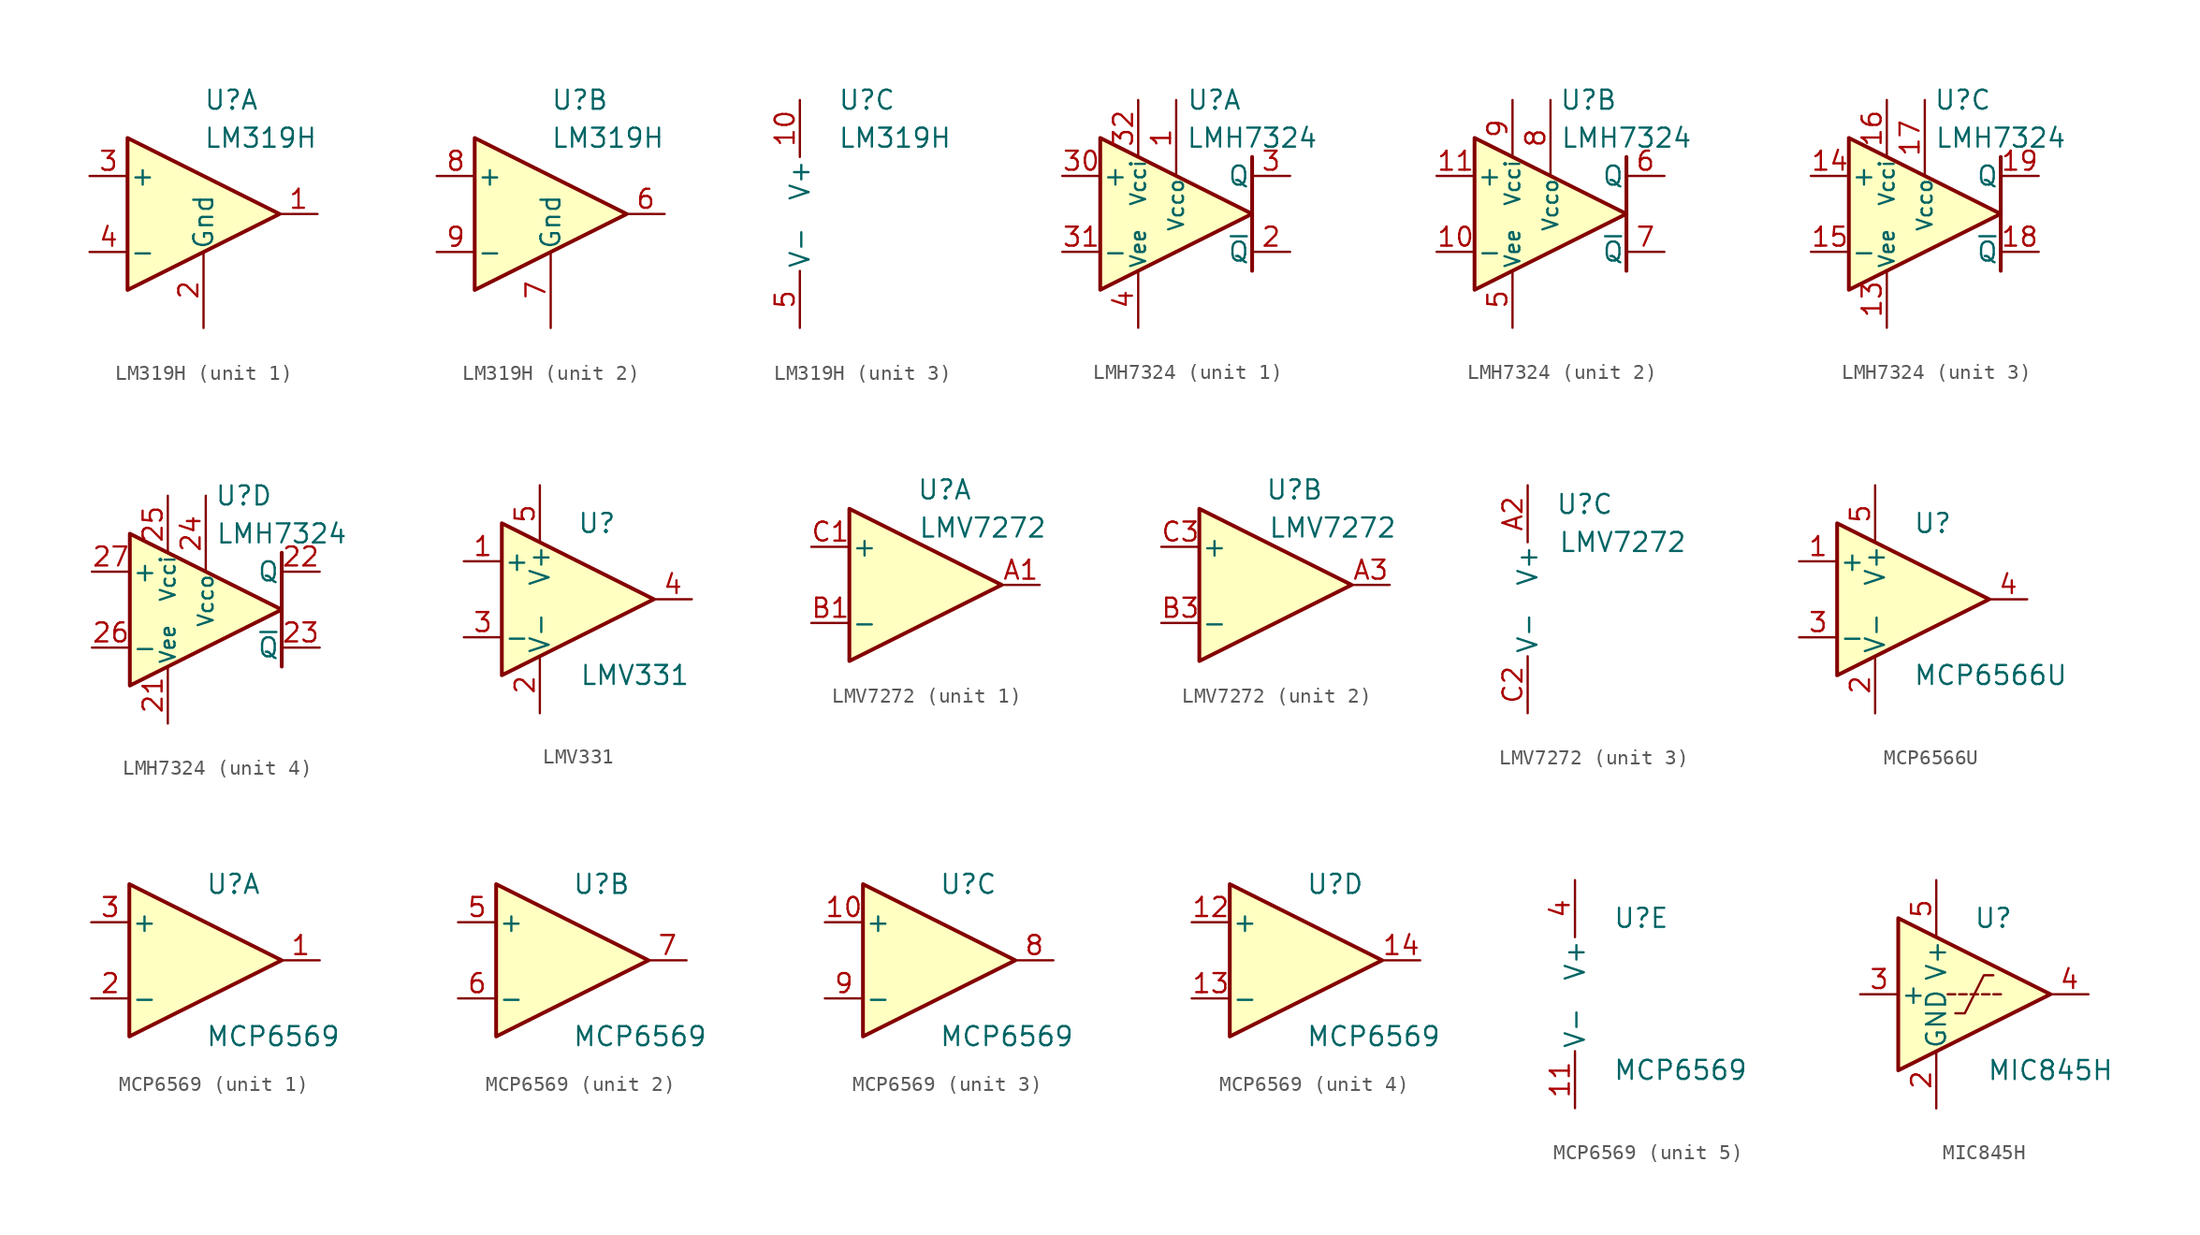
<source format=kicad_sym>
(kicad_symbol_lib
  (version 20201005)
  (generator kicad_symbol_editor)
  (symbol "LM319H"
    (pin_names
      (offset 0.127))
    (property "Reference" "U"
      (at 0 7.62 0)
      (effects (font (size 1.27 1.27)) (justify left)))
    (property "Value" "LM319H"
      (at 0 5.08 0)
      (effects (font (size 1.27 1.27)) (justify left)))
    (property "ki_locked" ""
      (at 0 0 0)
      (effects (font (size 1.27 1.27))))
    (symbol "LM319H_1_1"
      (polyline (pts (xy 5.08 0) (xy -5.08 5.08) (xy -5.08 -5.08) (xy 5.08 0)) (stroke (width 0.254)) (fill (type background)))
      (pin open_collector line (at 7.62 0 180) (length 2.54) (name "~" (effects (font (size 1.27 1.27)))) (number "1" (effects (font (size 1.27 1.27)))))
      (pin open_emitter line (at 0 -7.62 90) (length 5.08) (name "Gnd" (effects (font (size 1.27 1.27)))) (number "2" (effects (font (size 1.27 1.27)))))
      (pin input line (at -7.62 2.54 0) (length 2.54) (name "+" (effects (font (size 1.27 1.27)))) (number "3" (effects (font (size 1.27 1.27)))))
      (pin input line (at -7.62 -2.54 0) (length 2.54) (name "-" (effects (font (size 1.27 1.27)))) (number "4" (effects (font (size 1.27 1.27))))))
    (symbol "LM319H_2_1"
      (polyline (pts (xy 5.08 0) (xy -5.08 5.08) (xy -5.08 -5.08) (xy 5.08 0)) (stroke (width 0.254)) (fill (type background)))
      (pin open_collector line (at 7.62 0 180) (length 2.54) (name "~" (effects (font (size 1.27 1.27)))) (number "6" (effects (font (size 1.27 1.27)))))
      (pin open_emitter line (at 0 -7.62 90) (length 5.08) (name "Gnd" (effects (font (size 1.27 1.27)))) (number "7" (effects (font (size 1.27 1.27)))))
      (pin input line (at -7.62 2.54 0) (length 2.54) (name "+" (effects (font (size 1.27 1.27)))) (number "8" (effects (font (size 1.27 1.27)))))
      (pin input line (at -7.62 -2.54 0) (length 2.54) (name "-" (effects (font (size 1.27 1.27)))) (number "9" (effects (font (size 1.27 1.27))))))
    (symbol "LM319H_3_1"
      (pin power_in line (at -2.54 7.62 270) (length 3.81) (name "V+" (effects (font (size 1.27 1.27)))) (number "10" (effects (font (size 1.27 1.27)))))
      (pin power_in line (at -2.54 -7.62 90) (length 3.81) (name "V-" (effects (font (size 1.27 1.27)))) (number "5" (effects (font (size 1.27 1.27)))))))
  (symbol "LMH7324"
    (pin_names
      (offset 0.127))
    (property "Reference" "U"
      (at 2.54 7.62 0)
      (effects (font (size 1.27 1.27))))
    (property "Value" "LMH7324"
      (at 5.08 5.08 0)
      (effects (font (size 1.27 1.27))))
    (symbol "LMH7324_0_1"
      (polyline (pts (xy 5.08 3.81) (xy 5.08 -3.81)) (stroke (width 0.254)) (fill (type none)))
      (polyline (pts (xy -5.08 5.08) (xy 5.08 0) (xy -5.08 -5.08) (xy -5.08 5.08)) (stroke (width 0.254)) (fill (type background))))
    (symbol "LMH7324_1_1"
      (pin power_in line (at 0 7.62 270) (length 5.08) (name "Vcco" (effects (font (size 0.991 0.991)))) (number "1" (effects (font (size 1.27 1.27)))))
      (pin output line (at 7.62 -2.54 180) (length 2.54) (name "~Q" (effects (font (size 1.27 1.27)))) (number "2" (effects (font (size 1.27 1.27)))))
      (pin passive line (at -2.54 -7.62 90) (length 3.81) hide (name "Vee" (effects (font (size 0.991 0.991)))) (number "29" (effects (font (size 1.27 1.27)))))
      (pin output line (at 7.62 2.54 180) (length 2.54) (name "Q" (effects (font (size 1.27 1.27)))) (number "3" (effects (font (size 1.27 1.27)))))
      (pin input line (at -7.62 2.54 0) (length 2.54) (name "+" (effects (font (size 1.27 1.27)))) (number "30" (effects (font (size 1.27 1.27)))))
      (pin input line (at -7.62 -2.54 0) (length 2.54) (name "-" (effects (font (size 1.27 1.27)))) (number "31" (effects (font (size 1.27 1.27)))))
      (pin power_in line (at -2.54 7.62 270) (length 3.81) (name "Vcci" (effects (font (size 0.991 0.991)))) (number "32" (effects (font (size 1.27 1.27)))))
      (pin power_in line (at -2.54 -7.62 90) (length 3.81) (name "Vee" (effects (font (size 0.991 0.991)))) (number "4" (effects (font (size 1.27 1.27))))))
    (symbol "LMH7324_2_1"
      (pin input line (at -7.62 -2.54 0) (length 2.54) (name "-" (effects (font (size 1.27 1.27)))) (number "10" (effects (font (size 1.27 1.27)))))
      (pin input line (at -7.62 2.54 0) (length 2.54) (name "+" (effects (font (size 1.27 1.27)))) (number "11" (effects (font (size 1.27 1.27)))))
      (pin passive line (at -2.54 -7.62 90) (length 3.81) hide (name "Vee" (effects (font (size 0.991 0.991)))) (number "12" (effects (font (size 1.27 1.27)))))
      (pin power_in line (at -2.54 -7.62 90) (length 3.81) (name "Vee" (effects (font (size 0.991 0.991)))) (number "5" (effects (font (size 1.27 1.27)))))
      (pin output line (at 7.62 2.54 180) (length 2.54) (name "Q" (effects (font (size 1.27 1.27)))) (number "6" (effects (font (size 1.27 1.27)))))
      (pin output line (at 7.62 -2.54 180) (length 2.54) (name "~Q" (effects (font (size 1.27 1.27)))) (number "7" (effects (font (size 1.27 1.27)))))
      (pin power_in line (at 0 7.62 270) (length 5.08) (name "Vcco" (effects (font (size 0.991 0.991)))) (number "8" (effects (font (size 1.27 1.27)))))
      (pin power_in line (at -2.54 7.62 270) (length 3.81) (name "Vcci" (effects (font (size 0.991 0.991)))) (number "9" (effects (font (size 1.27 1.27))))))
    (symbol "LMH7324_3_1"
      (pin power_in line (at -2.54 -7.62 90) (length 3.81) (name "Vee" (effects (font (size 0.991 0.991)))) (number "13" (effects (font (size 1.27 1.27)))))
      (pin input line (at -7.62 2.54 0) (length 2.54) (name "+" (effects (font (size 1.27 1.27)))) (number "14" (effects (font (size 1.27 1.27)))))
      (pin input line (at -7.62 -2.54 0) (length 2.54) (name "-" (effects (font (size 1.27 1.27)))) (number "15" (effects (font (size 1.27 1.27)))))
      (pin power_in line (at -2.54 7.62 270) (length 3.81) (name "Vcci" (effects (font (size 0.991 0.991)))) (number "16" (effects (font (size 1.27 1.27)))))
      (pin power_in line (at 0 7.62 270) (length 5.08) (name "Vcco" (effects (font (size 0.991 0.991)))) (number "17" (effects (font (size 1.27 1.27)))))
      (pin output line (at 7.62 -2.54 180) (length 2.54) (name "~Q" (effects (font (size 1.27 1.27)))) (number "18" (effects (font (size 1.27 1.27)))))
      (pin output line (at 7.62 2.54 180) (length 2.54) (name "Q" (effects (font (size 1.27 1.27)))) (number "19" (effects (font (size 1.27 1.27)))))
      (pin passive line (at -2.54 -7.62 90) (length 3.81) hide (name "Vee" (effects (font (size 0.991 0.991)))) (number "20" (effects (font (size 1.27 1.27))))))
    (symbol "LMH7324_4_1"
      (pin power_in line (at -2.54 -7.62 90) (length 3.81) (name "Vee" (effects (font (size 0.991 0.991)))) (number "21" (effects (font (size 1.27 1.27)))))
      (pin output line (at 7.62 2.54 180) (length 2.54) (name "Q" (effects (font (size 1.27 1.27)))) (number "22" (effects (font (size 1.27 1.27)))))
      (pin output line (at 7.62 -2.54 180) (length 2.54) (name "~Q" (effects (font (size 1.27 1.27)))) (number "23" (effects (font (size 1.27 1.27)))))
      (pin power_in line (at 0 7.62 270) (length 5.08) (name "Vcco" (effects (font (size 0.991 0.991)))) (number "24" (effects (font (size 1.27 1.27)))))
      (pin power_in line (at -2.54 7.62 270) (length 3.81) (name "Vcci" (effects (font (size 0.991 0.991)))) (number "25" (effects (font (size 1.27 1.27)))))
      (pin input line (at -7.62 -2.54 0) (length 2.54) (name "-" (effects (font (size 1.27 1.27)))) (number "26" (effects (font (size 1.27 1.27)))))
      (pin input line (at -7.62 2.54 0) (length 2.54) (name "+" (effects (font (size 1.27 1.27)))) (number "27" (effects (font (size 1.27 1.27)))))
      (pin passive line (at -2.54 -7.62 90) (length 3.81) hide (name "Vee" (effects (font (size 0.991 0.991)))) (number "28" (effects (font (size 1.27 1.27)))))))
  (symbol "LMV331"
    (pin_names
      (offset 0.127))
    (property "Reference" "U"
      (at 1.27 5.08 0)
      (effects (font (size 1.27 1.27))))
    (property "Value" "LMV331"
      (at 3.81 -5.08 0)
      (effects (font (size 1.27 1.27))))
    (symbol "LMV331_0_1"
      (polyline (pts (xy -5.08 5.08) (xy 5.08 0) (xy -5.08 -5.08) (xy -5.08 5.08)) (stroke (width 0.254)) (fill (type background))))
    (symbol "LMV331_1_1"
      (pin input line (at -7.62 2.54 0) (length 2.54) (name "+" (effects (font (size 1.27 1.27)))) (number "1" (effects (font (size 1.27 1.27)))))
      (pin input line (at -2.54 -7.62 90) (length 3.81) (name "V-" (effects (font (size 1.27 1.27)))) (number "2" (effects (font (size 1.27 1.27)))))
      (pin input line (at -7.62 -2.54 0) (length 2.54) (name "-" (effects (font (size 1.27 1.27)))) (number "3" (effects (font (size 1.27 1.27)))))
      (pin output line (at 7.62 0 180) (length 2.54) (name "~" (effects (font (size 1.27 1.27)))) (number "4" (effects (font (size 1.27 1.27)))))
      (pin input line (at -2.54 7.62 270) (length 3.81) (name "V+" (effects (font (size 1.27 1.27)))) (number "5" (effects (font (size 1.27 1.27)))))))
  (symbol "LMV7272"
    (pin_names
      (offset 0.127))
    (property "Reference" "U"
      (at 1.27 6.35 0)
      (effects (font (size 1.27 1.27))))
    (property "Value" "LMV7272"
      (at 3.81 3.81 0)
      (effects (font (size 1.27 1.27))))
    (property "ki_locked" ""
      (at 0 0 0)
      (effects (font (size 1.27 1.27))))
    (symbol "LMV7272_1_1"
      (polyline (pts (xy -5.08 5.08) (xy 5.08 0) (xy -5.08 -5.08) (xy -5.08 5.08)) (stroke (width 0.254)) (fill (type background)))
      (pin open_collector line (at 7.62 0 180) (length 2.54) (name "~" (effects (font (size 1.27 1.27)))) (number "A1" (effects (font (size 1.27 1.27)))))
      (pin input line (at -7.62 -2.54 0) (length 2.54) (name "-" (effects (font (size 1.27 1.27)))) (number "B1" (effects (font (size 1.27 1.27)))))
      (pin input line (at -7.62 2.54 0) (length 2.54) (name "+" (effects (font (size 1.27 1.27)))) (number "C1" (effects (font (size 1.27 1.27))))))
    (symbol "LMV7272_2_1"
      (polyline (pts (xy -5.08 2.54) (xy -5.08 5.08) (xy 5.08 0) (xy -5.08 -5.08) (xy -5.08 2.54)) (stroke (width 0.254)) (fill (type background)))
      (pin open_collector line (at 7.62 0 180) (length 2.54) (name "~" (effects (font (size 1.27 1.27)))) (number "A3" (effects (font (size 1.27 1.27)))))
      (pin input line (at -7.62 -2.54 0) (length 2.54) (name "-" (effects (font (size 1.27 1.27)))) (number "B3" (effects (font (size 1.27 1.27)))))
      (pin input line (at -7.62 2.54 0) (length 2.54) (name "+" (effects (font (size 1.27 1.27)))) (number "C3" (effects (font (size 1.27 1.27))))))
    (symbol "LMV7272_3_1"
      (pin power_in line (at -2.54 7.62 270) (length 3.81) (name "V+" (effects (font (size 1.27 1.27)))) (number "A2" (effects (font (size 1.27 1.27)))))
      (pin power_in line (at -2.54 -7.62 90) (length 3.81) (name "V-" (effects (font (size 1.27 1.27)))) (number "C2" (effects (font (size 1.27 1.27)))))))
  (symbol "MCP6566U"
    (pin_names
      (offset 0.127))
    (property "Reference" "U"
      (at 0 5.08 0)
      (effects (font (size 1.27 1.27)) (justify left)))
    (property "Value" "MCP6566U"
      (at 0 -5.08 0)
      (effects (font (size 1.27 1.27)) (justify left)))
    (symbol "MCP6566U_0_1"
      (polyline (pts (xy -5.08 5.08) (xy 5.08 0) (xy -5.08 -5.08) (xy -5.08 5.08)) (stroke (width 0.254)) (fill (type background)))
      (pin power_in line (at -2.54 -7.62 90) (length 3.81) (name "V-" (effects (font (size 1.27 1.27)))) (number "2" (effects (font (size 1.27 1.27)))))
      (pin power_in line (at -2.54 7.62 270) (length 3.81) (name "V+" (effects (font (size 1.27 1.27)))) (number "5" (effects (font (size 1.27 1.27))))))
    (symbol "MCP6566U_1_1"
      (pin input line (at -7.62 2.54 0) (length 2.54) (name "+" (effects (font (size 1.27 1.27)))) (number "1" (effects (font (size 1.27 1.27)))))
      (pin input line (at -7.62 -2.54 0) (length 2.54) (name "-" (effects (font (size 1.27 1.27)))) (number "3" (effects (font (size 1.27 1.27)))))
      (pin open_collector line (at 7.62 0 180) (length 2.54) (name "~" (effects (font (size 1.27 1.27)))) (number "4" (effects (font (size 1.27 1.27)))))))
  (symbol "MCP6569"
    (pin_names
      (offset 0.127))
    (property "Reference" "U"
      (at 0 5.08 0)
      (effects (font (size 1.27 1.27)) (justify left)))
    (property "Value" "MCP6569"
      (at 0 -5.08 0)
      (effects (font (size 1.27 1.27)) (justify left)))
    (property "ki_locked" ""
      (at 0 0 0)
      (effects (font (size 1.27 1.27))))
    (symbol "MCP6569_1_1"
      (polyline (pts (xy -5.08 5.08) (xy 5.08 0) (xy -5.08 -5.08) (xy -5.08 5.08)) (stroke (width 0.254)) (fill (type background)))
      (pin open_collector line (at 7.62 0 180) (length 2.54) (name "~" (effects (font (size 1.27 1.27)))) (number "1" (effects (font (size 1.27 1.27)))))
      (pin input line (at -7.62 -2.54 0) (length 2.54) (name "-" (effects (font (size 1.27 1.27)))) (number "2" (effects (font (size 1.27 1.27)))))
      (pin input line (at -7.62 2.54 0) (length 2.54) (name "+" (effects (font (size 1.27 1.27)))) (number "3" (effects (font (size 1.27 1.27))))))
    (symbol "MCP6569_2_1"
      (polyline (pts (xy -5.08 5.08) (xy 5.08 0) (xy -5.08 -5.08) (xy -5.08 5.08)) (stroke (width 0.254)) (fill (type background)))
      (pin input line (at -7.62 2.54 0) (length 2.54) (name "+" (effects (font (size 1.27 1.27)))) (number "5" (effects (font (size 1.27 1.27)))))
      (pin input line (at -7.62 -2.54 0) (length 2.54) (name "-" (effects (font (size 1.27 1.27)))) (number "6" (effects (font (size 1.27 1.27)))))
      (pin open_collector line (at 7.62 0 180) (length 2.54) (name "~" (effects (font (size 1.27 1.27)))) (number "7" (effects (font (size 1.27 1.27))))))
    (symbol "MCP6569_3_1"
      (polyline (pts (xy -5.08 5.08) (xy 5.08 0) (xy -5.08 -5.08) (xy -5.08 5.08)) (stroke (width 0.254)) (fill (type background)))
      (pin input line (at -7.62 2.54 0) (length 2.54) (name "+" (effects (font (size 1.27 1.27)))) (number "10" (effects (font (size 1.27 1.27)))))
      (pin open_collector line (at 7.62 0 180) (length 2.54) (name "~" (effects (font (size 1.27 1.27)))) (number "8" (effects (font (size 1.27 1.27)))))
      (pin input line (at -7.62 -2.54 0) (length 2.54) (name "-" (effects (font (size 1.27 1.27)))) (number "9" (effects (font (size 1.27 1.27))))))
    (symbol "MCP6569_4_1"
      (polyline (pts (xy -5.08 5.08) (xy 5.08 0) (xy -5.08 -5.08) (xy -5.08 5.08)) (stroke (width 0.254)) (fill (type background)))
      (pin input line (at -7.62 2.54 0) (length 2.54) (name "+" (effects (font (size 1.27 1.27)))) (number "12" (effects (font (size 1.27 1.27)))))
      (pin input line (at -7.62 -2.54 0) (length 2.54) (name "-" (effects (font (size 1.27 1.27)))) (number "13" (effects (font (size 1.27 1.27)))))
      (pin open_collector line (at 7.62 0 180) (length 2.54) (name "~" (effects (font (size 1.27 1.27)))) (number "14" (effects (font (size 1.27 1.27))))))
    (symbol "MCP6569_5_1"
      (pin power_in line (at -2.54 -7.62 90) (length 3.81) (name "V-" (effects (font (size 1.27 1.27)))) (number "11" (effects (font (size 1.27 1.27)))))
      (pin power_in line (at -2.54 7.62 270) (length 3.81) (name "V+" (effects (font (size 1.27 1.27)))) (number "4" (effects (font (size 1.27 1.27)))))))
  (symbol "MIC845H"
    (pin_names
      (offset 0.127))
    (property "Reference" "U"
      (at 3.81 5.08 0)
      (effects (font (size 1.27 1.27))))
    (property "Value" "MIC845H"
      (at 7.62 -5.08 0)
      (effects (font (size 1.27 1.27))))
    (symbol "MIC845H_0_1"
      (polyline (pts (xy 1.27 0) (xy 0.762 0)) (stroke (width 0)) (fill (type none)))
      (polyline (pts (xy 2.032 0) (xy 1.524 0)) (stroke (width 0)) (fill (type none)))
      (polyline (pts (xy 2.286 0) (xy 2.794 0)) (stroke (width 0)) (fill (type none)))
      (polyline (pts (xy 3.048 0) (xy 3.556 0)) (stroke (width 0)) (fill (type none)))
      (polyline (pts (xy 3.81 0) (xy 4.318 0)) (stroke (width 0)) (fill (type none)))
      (polyline (pts (xy -2.54 5.08) (xy 7.62 0) (xy -2.54 -5.08) (xy -2.54 5.08)) (stroke (width 0.254)) (fill (type background)))
      (polyline (pts (xy 1.27 -1.27) (xy 1.905 -1.27) (xy 3.175 1.27) (xy 3.81 1.27)) (stroke (width 0)) (fill (type none))))
    (symbol "MIC845H_1_1"
      (pin no_connect line (at -2.54 0 0) (length 2.54) hide (name "NIC" (effects (font (size 1.27 1.27)))) (number "1" (effects (font (size 1.27 1.27)))))
      (pin power_in line (at 0 -7.62 90) (length 3.81) (name "GND" (effects (font (size 1.27 1.27)))) (number "2" (effects (font (size 1.27 1.27)))))
      (pin input line (at -5.08 0 0) (length 2.54) (name "+" (effects (font (size 1.27 1.27)))) (number "3" (effects (font (size 1.27 1.27)))))
      (pin output line (at 10.16 0 180) (length 2.54) (name "~" (effects (font (size 1.27 1.27)))) (number "4" (effects (font (size 1.27 1.27)))))
      (pin power_in line (at 0 7.62 270) (length 3.81) (name "V+" (effects (font (size 1.27 1.27)))) (number "5" (effects (font (size 1.27 1.27))))))))
</source>
